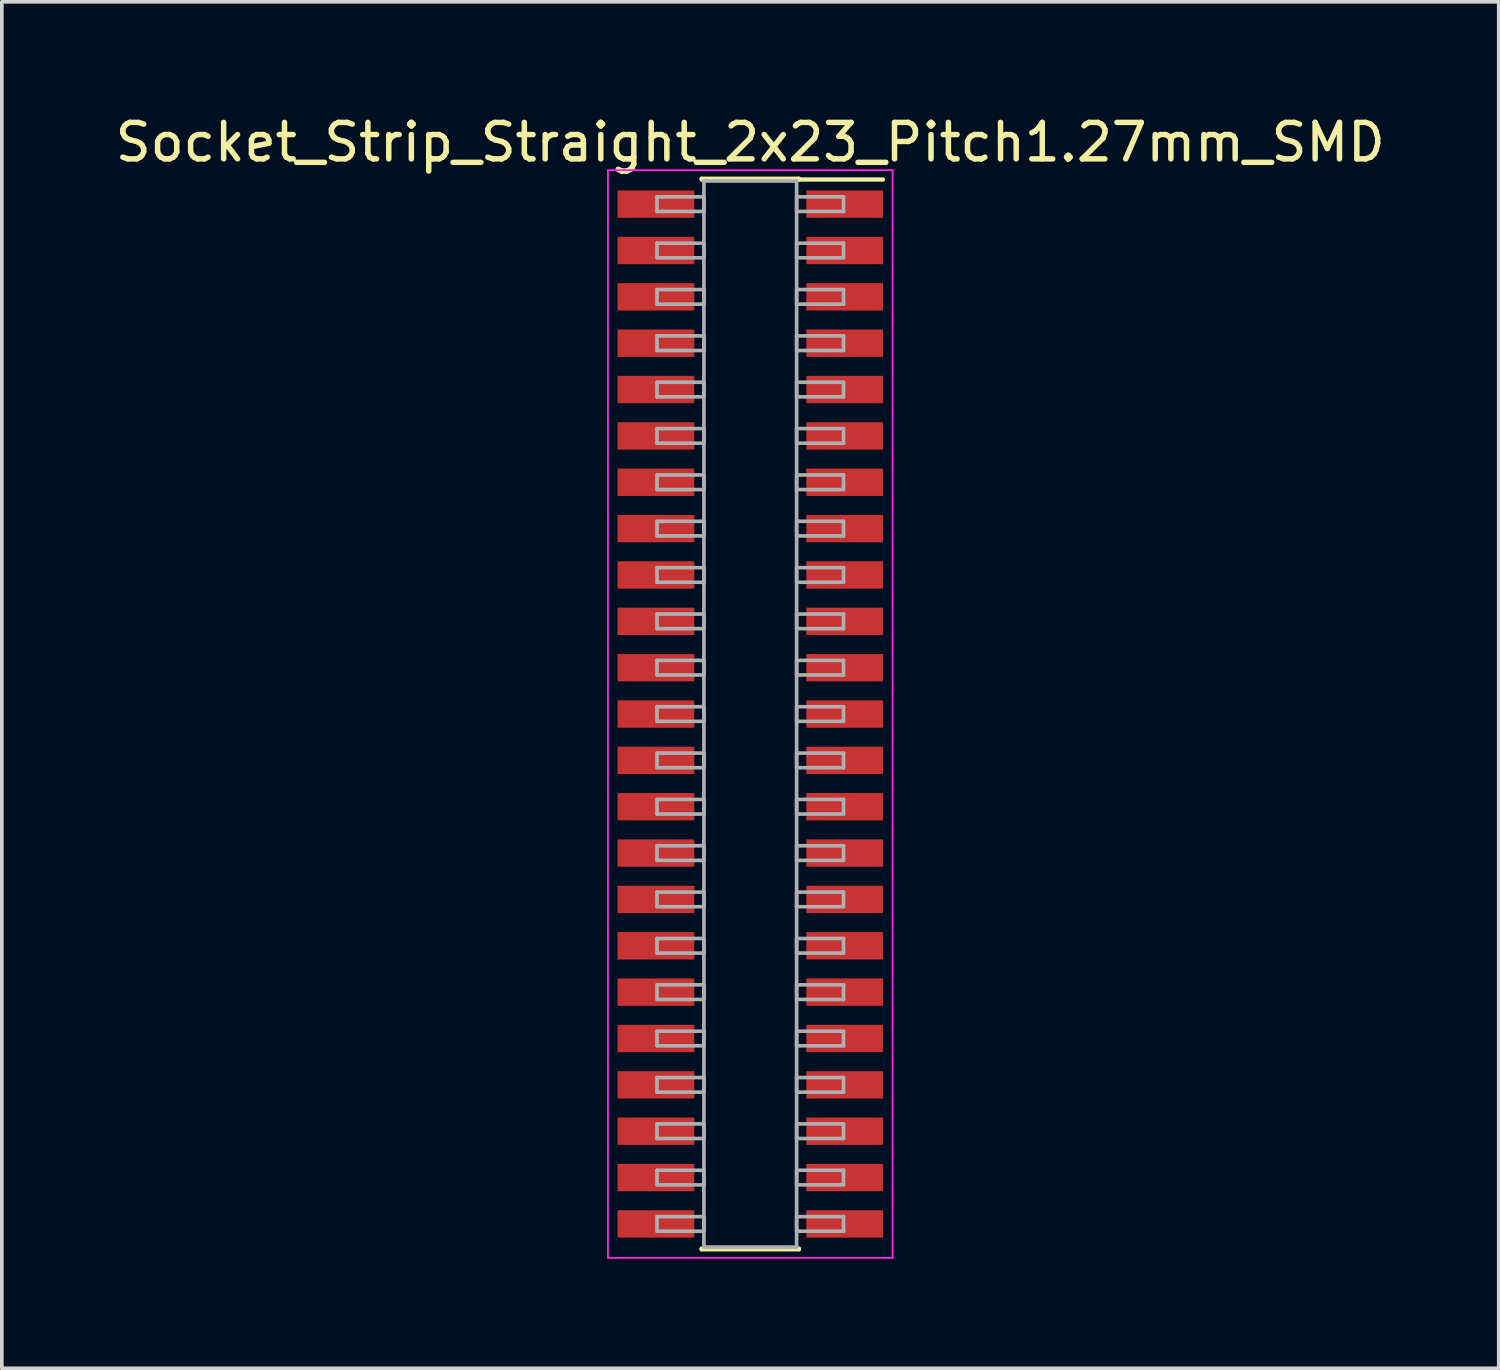
<source format=kicad_pcb>
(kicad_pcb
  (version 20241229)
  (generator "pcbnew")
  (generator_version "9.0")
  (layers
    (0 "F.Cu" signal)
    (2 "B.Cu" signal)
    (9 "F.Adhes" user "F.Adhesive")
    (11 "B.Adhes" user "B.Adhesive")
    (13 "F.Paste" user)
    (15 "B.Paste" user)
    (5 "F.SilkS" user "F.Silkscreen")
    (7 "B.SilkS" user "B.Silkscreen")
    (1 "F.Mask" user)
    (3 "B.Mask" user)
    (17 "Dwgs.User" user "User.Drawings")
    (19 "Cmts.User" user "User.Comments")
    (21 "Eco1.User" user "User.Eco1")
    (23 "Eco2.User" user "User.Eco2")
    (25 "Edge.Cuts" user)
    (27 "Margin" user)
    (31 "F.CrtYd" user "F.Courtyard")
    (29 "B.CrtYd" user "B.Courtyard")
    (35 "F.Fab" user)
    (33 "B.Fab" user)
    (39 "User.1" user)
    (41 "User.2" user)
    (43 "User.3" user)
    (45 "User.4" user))
  (footprint "Socket_Strip_Straight_2x23_Pitch1.27mm_SMD"
    (layer "F.Cu")
    (at 17.506 16.513)
    (property "Reference" "Socket_Strip_Straight_2x23_Pitch1.27mm_SMD" (at 0 -15.665 0) (layer "F.SilkS") (effects (font (size 1 1) (thickness 0.15))))
    (attr smd)
    (fp_line (start -1.33 -14.665) (end 1.33 -14.665) (stroke (width 0.12) (type solid)) (layer "F.SilkS"))
    (fp_line (start -1.33 -14.645) (end -1.33 -14.665) (stroke (width 0.12) (type solid)) (layer "F.SilkS"))
    (fp_line (start -1.33 14.645) (end -1.33 14.665) (stroke (width 0.12) (type solid)) (layer "F.SilkS"))
    (fp_line (start -1.33 14.665) (end 1.33 14.665) (stroke (width 0.12) (type solid)) (layer "F.SilkS"))
    (fp_line (start 1.33 -14.665) (end 1.33 -14.645) (stroke (width 0.12) (type solid)) (layer "F.SilkS"))
    (fp_line (start 1.33 14.665) (end 1.33 14.645) (stroke (width 0.12) (type solid)) (layer "F.SilkS"))
    (fp_line (start 3.635 -14.645) (end 1.33 -14.645) (stroke (width 0.12) (type solid)) (layer "F.SilkS"))
    (fp_line (start -3.9 -14.9) (end -3.9 14.9) (stroke (width 0.05) (type solid)) (layer "F.CrtYd"))
    (fp_line (start -3.9 14.9) (end 3.9 14.9) (stroke (width 0.05) (type solid)) (layer "F.CrtYd"))
    (fp_line (start 3.9 -14.9) (end -3.9 -14.9) (stroke (width 0.05) (type solid)) (layer "F.CrtYd"))
    (fp_line (start 3.9 14.9) (end 3.9 -14.9) (stroke (width 0.05) (type solid)) (layer "F.CrtYd"))
    (fp_line (start -2.555 -14.17) (end -1.27 -14.17) (stroke (width 0.1) (type solid)) (layer "F.Fab"))
    (fp_line (start -2.555 -13.77) (end -2.555 -14.17) (stroke (width 0.1) (type solid)) (layer "F.Fab"))
    (fp_line (start -2.555 -12.9) (end -1.27 -12.9) (stroke (width 0.1) (type solid)) (layer "F.Fab"))
    (fp_line (start -2.555 -12.5) (end -2.555 -12.9) (stroke (width 0.1) (type solid)) (layer "F.Fab"))
    (fp_line (start -2.555 -11.63) (end -1.27 -11.63) (stroke (width 0.1) (type solid)) (layer "F.Fab"))
    (fp_line (start -2.555 -11.23) (end -2.555 -11.63) (stroke (width 0.1) (type solid)) (layer "F.Fab"))
    (fp_line (start -2.555 -10.36) (end -1.27 -10.36) (stroke (width 0.1) (type solid)) (layer "F.Fab"))
    (fp_line (start -2.555 -9.96) (end -2.555 -10.36) (stroke (width 0.1) (type solid)) (layer "F.Fab"))
    (fp_line (start -2.555 -9.09) (end -1.27 -9.09) (stroke (width 0.1) (type solid)) (layer "F.Fab"))
    (fp_line (start -2.555 -8.69) (end -2.555 -9.09) (stroke (width 0.1) (type solid)) (layer "F.Fab"))
    (fp_line (start -2.555 -7.82) (end -1.27 -7.82) (stroke (width 0.1) (type solid)) (layer "F.Fab"))
    (fp_line (start -2.555 -7.42) (end -2.555 -7.82) (stroke (width 0.1) (type solid)) (layer "F.Fab"))
    (fp_line (start -2.555 -6.55) (end -1.27 -6.55) (stroke (width 0.1) (type solid)) (layer "F.Fab"))
    (fp_line (start -2.555 -6.15) (end -2.555 -6.55) (stroke (width 0.1) (type solid)) (layer "F.Fab"))
    (fp_line (start -2.555 -5.28) (end -1.27 -5.28) (stroke (width 0.1) (type solid)) (layer "F.Fab"))
    (fp_line (start -2.555 -4.88) (end -2.555 -5.28) (stroke (width 0.1) (type solid)) (layer "F.Fab"))
    (fp_line (start -2.555 -4.01) (end -1.27 -4.01) (stroke (width 0.1) (type solid)) (layer "F.Fab"))
    (fp_line (start -2.555 -3.61) (end -2.555 -4.01) (stroke (width 0.1) (type solid)) (layer "F.Fab"))
    (fp_line (start -2.555 -2.74) (end -1.27 -2.74) (stroke (width 0.1) (type solid)) (layer "F.Fab"))
    (fp_line (start -2.555 -2.34) (end -2.555 -2.74) (stroke (width 0.1) (type solid)) (layer "F.Fab"))
    (fp_line (start -2.555 -1.47) (end -1.27 -1.47) (stroke (width 0.1) (type solid)) (layer "F.Fab"))
    (fp_line (start -2.555 -1.07) (end -2.555 -1.47) (stroke (width 0.1) (type solid)) (layer "F.Fab"))
    (fp_line (start -2.555 -0.2) (end -1.27 -0.2) (stroke (width 0.1) (type solid)) (layer "F.Fab"))
    (fp_line (start -2.555 0.2) (end -2.555 -0.2) (stroke (width 0.1) (type solid)) (layer "F.Fab"))
    (fp_line (start -2.555 1.07) (end -1.27 1.07) (stroke (width 0.1) (type solid)) (layer "F.Fab"))
    (fp_line (start -2.555 1.47) (end -2.555 1.07) (stroke (width 0.1) (type solid)) (layer "F.Fab"))
    (fp_line (start -2.555 2.34) (end -1.27 2.34) (stroke (width 0.1) (type solid)) (layer "F.Fab"))
    (fp_line (start -2.555 2.74) (end -2.555 2.34) (stroke (width 0.1) (type solid)) (layer "F.Fab"))
    (fp_line (start -2.555 3.61) (end -1.27 3.61) (stroke (width 0.1) (type solid)) (layer "F.Fab"))
    (fp_line (start -2.555 4.01) (end -2.555 3.61) (stroke (width 0.1) (type solid)) (layer "F.Fab"))
    (fp_line (start -2.555 4.88) (end -1.27 4.88) (stroke (width 0.1) (type solid)) (layer "F.Fab"))
    (fp_line (start -2.555 5.28) (end -2.555 4.88) (stroke (width 0.1) (type solid)) (layer "F.Fab"))
    (fp_line (start -2.555 6.15) (end -1.27 6.15) (stroke (width 0.1) (type solid)) (layer "F.Fab"))
    (fp_line (start -2.555 6.55) (end -2.555 6.15) (stroke (width 0.1) (type solid)) (layer "F.Fab"))
    (fp_line (start -2.555 7.42) (end -1.27 7.42) (stroke (width 0.1) (type solid)) (layer "F.Fab"))
    (fp_line (start -2.555 7.82) (end -2.555 7.42) (stroke (width 0.1) (type solid)) (layer "F.Fab"))
    (fp_line (start -2.555 8.69) (end -1.27 8.69) (stroke (width 0.1) (type solid)) (layer "F.Fab"))
    (fp_line (start -2.555 9.09) (end -2.555 8.69) (stroke (width 0.1) (type solid)) (layer "F.Fab"))
    (fp_line (start -2.555 9.96) (end -1.27 9.96) (stroke (width 0.1) (type solid)) (layer "F.Fab"))
    (fp_line (start -2.555 10.36) (end -2.555 9.96) (stroke (width 0.1) (type solid)) (layer "F.Fab"))
    (fp_line (start -2.555 11.23) (end -1.27 11.23) (stroke (width 0.1) (type solid)) (layer "F.Fab"))
    (fp_line (start -2.555 11.63) (end -2.555 11.23) (stroke (width 0.1) (type solid)) (layer "F.Fab"))
    (fp_line (start -2.555 12.5) (end -1.27 12.5) (stroke (width 0.1) (type solid)) (layer "F.Fab"))
    (fp_line (start -2.555 12.9) (end -2.555 12.5) (stroke (width 0.1) (type solid)) (layer "F.Fab"))
    (fp_line (start -2.555 13.77) (end -1.27 13.77) (stroke (width 0.1) (type solid)) (layer "F.Fab"))
    (fp_line (start -2.555 14.17) (end -2.555 13.77) (stroke (width 0.1) (type solid)) (layer "F.Fab"))
    (fp_line (start -1.27 -14.605) (end -1.27 14.605) (stroke (width 0.1) (type solid)) (layer "F.Fab"))
    (fp_line (start -1.27 -14.17) (end -1.27 -13.77) (stroke (width 0.1) (type solid)) (layer "F.Fab"))
    (fp_line (start -1.27 -13.77) (end -2.555 -13.77) (stroke (width 0.1) (type solid)) (layer "F.Fab"))
    (fp_line (start -1.27 -12.9) (end -1.27 -12.5) (stroke (width 0.1) (type solid)) (layer "F.Fab"))
    (fp_line (start -1.27 -12.5) (end -2.555 -12.5) (stroke (width 0.1) (type solid)) (layer "F.Fab"))
    (fp_line (start -1.27 -11.63) (end -1.27 -11.23) (stroke (width 0.1) (type solid)) (layer "F.Fab"))
    (fp_line (start -1.27 -11.23) (end -2.555 -11.23) (stroke (width 0.1) (type solid)) (layer "F.Fab"))
    (fp_line (start -1.27 -10.36) (end -1.27 -9.96) (stroke (width 0.1) (type solid)) (layer "F.Fab"))
    (fp_line (start -1.27 -9.96) (end -2.555 -9.96) (stroke (width 0.1) (type solid)) (layer "F.Fab"))
    (fp_line (start -1.27 -9.09) (end -1.27 -8.69) (stroke (width 0.1) (type solid)) (layer "F.Fab"))
    (fp_line (start -1.27 -8.69) (end -2.555 -8.69) (stroke (width 0.1) (type solid)) (layer "F.Fab"))
    (fp_line (start -1.27 -7.82) (end -1.27 -7.42) (stroke (width 0.1) (type solid)) (layer "F.Fab"))
    (fp_line (start -1.27 -7.42) (end -2.555 -7.42) (stroke (width 0.1) (type solid)) (layer "F.Fab"))
    (fp_line (start -1.27 -6.55) (end -1.27 -6.15) (stroke (width 0.1) (type solid)) (layer "F.Fab"))
    (fp_line (start -1.27 -6.15) (end -2.555 -6.15) (stroke (width 0.1) (type solid)) (layer "F.Fab"))
    (fp_line (start -1.27 -5.28) (end -1.27 -4.88) (stroke (width 0.1) (type solid)) (layer "F.Fab"))
    (fp_line (start -1.27 -4.88) (end -2.555 -4.88) (stroke (width 0.1) (type solid)) (layer "F.Fab"))
    (fp_line (start -1.27 -4.01) (end -1.27 -3.61) (stroke (width 0.1) (type solid)) (layer "F.Fab"))
    (fp_line (start -1.27 -3.61) (end -2.555 -3.61) (stroke (width 0.1) (type solid)) (layer "F.Fab"))
    (fp_line (start -1.27 -2.74) (end -1.27 -2.34) (stroke (width 0.1) (type solid)) (layer "F.Fab"))
    (fp_line (start -1.27 -2.34) (end -2.555 -2.34) (stroke (width 0.1) (type solid)) (layer "F.Fab"))
    (fp_line (start -1.27 -1.47) (end -1.27 -1.07) (stroke (width 0.1) (type solid)) (layer "F.Fab"))
    (fp_line (start -1.27 -1.07) (end -2.555 -1.07) (stroke (width 0.1) (type solid)) (layer "F.Fab"))
    (fp_line (start -1.27 -0.2) (end -1.27 0.2) (stroke (width 0.1) (type solid)) (layer "F.Fab"))
    (fp_line (start -1.27 0.2) (end -2.555 0.2) (stroke (width 0.1) (type solid)) (layer "F.Fab"))
    (fp_line (start -1.27 1.07) (end -1.27 1.47) (stroke (width 0.1) (type solid)) (layer "F.Fab"))
    (fp_line (start -1.27 1.47) (end -2.555 1.47) (stroke (width 0.1) (type solid)) (layer "F.Fab"))
    (fp_line (start -1.27 2.34) (end -1.27 2.74) (stroke (width 0.1) (type solid)) (layer "F.Fab"))
    (fp_line (start -1.27 2.74) (end -2.555 2.74) (stroke (width 0.1) (type solid)) (layer "F.Fab"))
    (fp_line (start -1.27 3.61) (end -1.27 4.01) (stroke (width 0.1) (type solid)) (layer "F.Fab"))
    (fp_line (start -1.27 4.01) (end -2.555 4.01) (stroke (width 0.1) (type solid)) (layer "F.Fab"))
    (fp_line (start -1.27 4.88) (end -1.27 5.28) (stroke (width 0.1) (type solid)) (layer "F.Fab"))
    (fp_line (start -1.27 5.28) (end -2.555 5.28) (stroke (width 0.1) (type solid)) (layer "F.Fab"))
    (fp_line (start -1.27 6.15) (end -1.27 6.55) (stroke (width 0.1) (type solid)) (layer "F.Fab"))
    (fp_line (start -1.27 6.55) (end -2.555 6.55) (stroke (width 0.1) (type solid)) (layer "F.Fab"))
    (fp_line (start -1.27 7.42) (end -1.27 7.82) (stroke (width 0.1) (type solid)) (layer "F.Fab"))
    (fp_line (start -1.27 7.82) (end -2.555 7.82) (stroke (width 0.1) (type solid)) (layer "F.Fab"))
    (fp_line (start -1.27 8.69) (end -1.27 9.09) (stroke (width 0.1) (type solid)) (layer "F.Fab"))
    (fp_line (start -1.27 9.09) (end -2.555 9.09) (stroke (width 0.1) (type solid)) (layer "F.Fab"))
    (fp_line (start -1.27 9.96) (end -1.27 10.36) (stroke (width 0.1) (type solid)) (layer "F.Fab"))
    (fp_line (start -1.27 10.36) (end -2.555 10.36) (stroke (width 0.1) (type solid)) (layer "F.Fab"))
    (fp_line (start -1.27 11.23) (end -1.27 11.63) (stroke (width 0.1) (type solid)) (layer "F.Fab"))
    (fp_line (start -1.27 11.63) (end -2.555 11.63) (stroke (width 0.1) (type solid)) (layer "F.Fab"))
    (fp_line (start -1.27 12.5) (end -1.27 12.9) (stroke (width 0.1) (type solid)) (layer "F.Fab"))
    (fp_line (start -1.27 12.9) (end -2.555 12.9) (stroke (width 0.1) (type solid)) (layer "F.Fab"))
    (fp_line (start -1.27 13.77) (end -1.27 14.17) (stroke (width 0.1) (type solid)) (layer "F.Fab"))
    (fp_line (start -1.27 14.17) (end -2.555 14.17) (stroke (width 0.1) (type solid)) (layer "F.Fab"))
    (fp_line (start -1.27 14.605) (end 1.27 14.605) (stroke (width 0.1) (type solid)) (layer "F.Fab"))
    (fp_line (start 1.27 -14.605) (end -1.27 -14.605) (stroke (width 0.1) (type solid)) (layer "F.Fab"))
    (fp_line (start 1.27 -14.17) (end 1.27 -13.77) (stroke (width 0.1) (type solid)) (layer "F.Fab"))
    (fp_line (start 1.27 -13.77) (end 2.555 -13.77) (stroke (width 0.1) (type solid)) (layer "F.Fab"))
    (fp_line (start 1.27 -12.9) (end 1.27 -12.5) (stroke (width 0.1) (type solid)) (layer "F.Fab"))
    (fp_line (start 1.27 -12.5) (end 2.555 -12.5) (stroke (width 0.1) (type solid)) (layer "F.Fab"))
    (fp_line (start 1.27 -11.63) (end 1.27 -11.23) (stroke (width 0.1) (type solid)) (layer "F.Fab"))
    (fp_line (start 1.27 -11.23) (end 2.555 -11.23) (stroke (width 0.1) (type solid)) (layer "F.Fab"))
    (fp_line (start 1.27 -10.36) (end 1.27 -9.96) (stroke (width 0.1) (type solid)) (layer "F.Fab"))
    (fp_line (start 1.27 -9.96) (end 2.555 -9.96) (stroke (width 0.1) (type solid)) (layer "F.Fab"))
    (fp_line (start 1.27 -9.09) (end 1.27 -8.69) (stroke (width 0.1) (type solid)) (layer "F.Fab"))
    (fp_line (start 1.27 -8.69) (end 2.555 -8.69) (stroke (width 0.1) (type solid)) (layer "F.Fab"))
    (fp_line (start 1.27 -7.82) (end 1.27 -7.42) (stroke (width 0.1) (type solid)) (layer "F.Fab"))
    (fp_line (start 1.27 -7.42) (end 2.555 -7.42) (stroke (width 0.1) (type solid)) (layer "F.Fab"))
    (fp_line (start 1.27 -6.55) (end 1.27 -6.15) (stroke (width 0.1) (type solid)) (layer "F.Fab"))
    (fp_line (start 1.27 -6.15) (end 2.555 -6.15) (stroke (width 0.1) (type solid)) (layer "F.Fab"))
    (fp_line (start 1.27 -5.28) (end 1.27 -4.88) (stroke (width 0.1) (type solid)) (layer "F.Fab"))
    (fp_line (start 1.27 -4.88) (end 2.555 -4.88) (stroke (width 0.1) (type solid)) (layer "F.Fab"))
    (fp_line (start 1.27 -4.01) (end 1.27 -3.61) (stroke (width 0.1) (type solid)) (layer "F.Fab"))
    (fp_line (start 1.27 -3.61) (end 2.555 -3.61) (stroke (width 0.1) (type solid)) (layer "F.Fab"))
    (fp_line (start 1.27 -2.74) (end 1.27 -2.34) (stroke (width 0.1) (type solid)) (layer "F.Fab"))
    (fp_line (start 1.27 -2.34) (end 2.555 -2.34) (stroke (width 0.1) (type solid)) (layer "F.Fab"))
    (fp_line (start 1.27 -1.47) (end 1.27 -1.07) (stroke (width 0.1) (type solid)) (layer "F.Fab"))
    (fp_line (start 1.27 -1.07) (end 2.555 -1.07) (stroke (width 0.1) (type solid)) (layer "F.Fab"))
    (fp_line (start 1.27 -0.2) (end 1.27 0.2) (stroke (width 0.1) (type solid)) (layer "F.Fab"))
    (fp_line (start 1.27 0.2) (end 2.555 0.2) (stroke (width 0.1) (type solid)) (layer "F.Fab"))
    (fp_line (start 1.27 1.07) (end 1.27 1.47) (stroke (width 0.1) (type solid)) (layer "F.Fab"))
    (fp_line (start 1.27 1.47) (end 2.555 1.47) (stroke (width 0.1) (type solid)) (layer "F.Fab"))
    (fp_line (start 1.27 2.34) (end 1.27 2.74) (stroke (width 0.1) (type solid)) (layer "F.Fab"))
    (fp_line (start 1.27 2.74) (end 2.555 2.74) (stroke (width 0.1) (type solid)) (layer "F.Fab"))
    (fp_line (start 1.27 3.61) (end 1.27 4.01) (stroke (width 0.1) (type solid)) (layer "F.Fab"))
    (fp_line (start 1.27 4.01) (end 2.555 4.01) (stroke (width 0.1) (type solid)) (layer "F.Fab"))
    (fp_line (start 1.27 4.88) (end 1.27 5.28) (stroke (width 0.1) (type solid)) (layer "F.Fab"))
    (fp_line (start 1.27 5.28) (end 2.555 5.28) (stroke (width 0.1) (type solid)) (layer "F.Fab"))
    (fp_line (start 1.27 6.15) (end 1.27 6.55) (stroke (width 0.1) (type solid)) (layer "F.Fab"))
    (fp_line (start 1.27 6.55) (end 2.555 6.55) (stroke (width 0.1) (type solid)) (layer "F.Fab"))
    (fp_line (start 1.27 7.42) (end 1.27 7.82) (stroke (width 0.1) (type solid)) (layer "F.Fab"))
    (fp_line (start 1.27 7.82) (end 2.555 7.82) (stroke (width 0.1) (type solid)) (layer "F.Fab"))
    (fp_line (start 1.27 8.69) (end 1.27 9.09) (stroke (width 0.1) (type solid)) (layer "F.Fab"))
    (fp_line (start 1.27 9.09) (end 2.555 9.09) (stroke (width 0.1) (type solid)) (layer "F.Fab"))
    (fp_line (start 1.27 9.96) (end 1.27 10.36) (stroke (width 0.1) (type solid)) (layer "F.Fab"))
    (fp_line (start 1.27 10.36) (end 2.555 10.36) (stroke (width 0.1) (type solid)) (layer "F.Fab"))
    (fp_line (start 1.27 11.23) (end 1.27 11.63) (stroke (width 0.1) (type solid)) (layer "F.Fab"))
    (fp_line (start 1.27 11.63) (end 2.555 11.63) (stroke (width 0.1) (type solid)) (layer "F.Fab"))
    (fp_line (start 1.27 12.5) (end 1.27 12.9) (stroke (width 0.1) (type solid)) (layer "F.Fab"))
    (fp_line (start 1.27 12.9) (end 2.555 12.9) (stroke (width 0.1) (type solid)) (layer "F.Fab"))
    (fp_line (start 1.27 13.77) (end 1.27 14.17) (stroke (width 0.1) (type solid)) (layer "F.Fab"))
    (fp_line (start 1.27 14.17) (end 2.555 14.17) (stroke (width 0.1) (type solid)) (layer "F.Fab"))
    (fp_line (start 1.27 14.605) (end 1.27 -14.605) (stroke (width 0.1) (type solid)) (layer "F.Fab"))
    (fp_line (start 2.555 -14.17) (end 1.27 -14.17) (stroke (width 0.1) (type solid)) (layer "F.Fab"))
    (fp_line (start 2.555 -13.77) (end 2.555 -14.17) (stroke (width 0.1) (type solid)) (layer "F.Fab"))
    (fp_line (start 2.555 -12.9) (end 1.27 -12.9) (stroke (width 0.1) (type solid)) (layer "F.Fab"))
    (fp_line (start 2.555 -12.5) (end 2.555 -12.9) (stroke (width 0.1) (type solid)) (layer "F.Fab"))
    (fp_line (start 2.555 -11.63) (end 1.27 -11.63) (stroke (width 0.1) (type solid)) (layer "F.Fab"))
    (fp_line (start 2.555 -11.23) (end 2.555 -11.63) (stroke (width 0.1) (type solid)) (layer "F.Fab"))
    (fp_line (start 2.555 -10.36) (end 1.27 -10.36) (stroke (width 0.1) (type solid)) (layer "F.Fab"))
    (fp_line (start 2.555 -9.96) (end 2.555 -10.36) (stroke (width 0.1) (type solid)) (layer "F.Fab"))
    (fp_line (start 2.555 -9.09) (end 1.27 -9.09) (stroke (width 0.1) (type solid)) (layer "F.Fab"))
    (fp_line (start 2.555 -8.69) (end 2.555 -9.09) (stroke (width 0.1) (type solid)) (layer "F.Fab"))
    (fp_line (start 2.555 -7.82) (end 1.27 -7.82) (stroke (width 0.1) (type solid)) (layer "F.Fab"))
    (fp_line (start 2.555 -7.42) (end 2.555 -7.82) (stroke (width 0.1) (type solid)) (layer "F.Fab"))
    (fp_line (start 2.555 -6.55) (end 1.27 -6.55) (stroke (width 0.1) (type solid)) (layer "F.Fab"))
    (fp_line (start 2.555 -6.15) (end 2.555 -6.55) (stroke (width 0.1) (type solid)) (layer "F.Fab"))
    (fp_line (start 2.555 -5.28) (end 1.27 -5.28) (stroke (width 0.1) (type solid)) (layer "F.Fab"))
    (fp_line (start 2.555 -4.88) (end 2.555 -5.28) (stroke (width 0.1) (type solid)) (layer "F.Fab"))
    (fp_line (start 2.555 -4.01) (end 1.27 -4.01) (stroke (width 0.1) (type solid)) (layer "F.Fab"))
    (fp_line (start 2.555 -3.61) (end 2.555 -4.01) (stroke (width 0.1) (type solid)) (layer "F.Fab"))
    (fp_line (start 2.555 -2.74) (end 1.27 -2.74) (stroke (width 0.1) (type solid)) (layer "F.Fab"))
    (fp_line (start 2.555 -2.34) (end 2.555 -2.74) (stroke (width 0.1) (type solid)) (layer "F.Fab"))
    (fp_line (start 2.555 -1.47) (end 1.27 -1.47) (stroke (width 0.1) (type solid)) (layer "F.Fab"))
    (fp_line (start 2.555 -1.07) (end 2.555 -1.47) (stroke (width 0.1) (type solid)) (layer "F.Fab"))
    (fp_line (start 2.555 -0.2) (end 1.27 -0.2) (stroke (width 0.1) (type solid)) (layer "F.Fab"))
    (fp_line (start 2.555 0.2) (end 2.555 -0.2) (stroke (width 0.1) (type solid)) (layer "F.Fab"))
    (fp_line (start 2.555 1.07) (end 1.27 1.07) (stroke (width 0.1) (type solid)) (layer "F.Fab"))
    (fp_line (start 2.555 1.47) (end 2.555 1.07) (stroke (width 0.1) (type solid)) (layer "F.Fab"))
    (fp_line (start 2.555 2.34) (end 1.27 2.34) (stroke (width 0.1) (type solid)) (layer "F.Fab"))
    (fp_line (start 2.555 2.74) (end 2.555 2.34) (stroke (width 0.1) (type solid)) (layer "F.Fab"))
    (fp_line (start 2.555 3.61) (end 1.27 3.61) (stroke (width 0.1) (type solid)) (layer "F.Fab"))
    (fp_line (start 2.555 4.01) (end 2.555 3.61) (stroke (width 0.1) (type solid)) (layer "F.Fab"))
    (fp_line (start 2.555 4.88) (end 1.27 4.88) (stroke (width 0.1) (type solid)) (layer "F.Fab"))
    (fp_line (start 2.555 5.28) (end 2.555 4.88) (stroke (width 0.1) (type solid)) (layer "F.Fab"))
    (fp_line (start 2.555 6.15) (end 1.27 6.15) (stroke (width 0.1) (type solid)) (layer "F.Fab"))
    (fp_line (start 2.555 6.55) (end 2.555 6.15) (stroke (width 0.1) (type solid)) (layer "F.Fab"))
    (fp_line (start 2.555 7.42) (end 1.27 7.42) (stroke (width 0.1) (type solid)) (layer "F.Fab"))
    (fp_line (start 2.555 7.82) (end 2.555 7.42) (stroke (width 0.1) (type solid)) (layer "F.Fab"))
    (fp_line (start 2.555 8.69) (end 1.27 8.69) (stroke (width 0.1) (type solid)) (layer "F.Fab"))
    (fp_line (start 2.555 9.09) (end 2.555 8.69) (stroke (width 0.1) (type solid)) (layer "F.Fab"))
    (fp_line (start 2.555 9.96) (end 1.27 9.96) (stroke (width 0.1) (type solid)) (layer "F.Fab"))
    (fp_line (start 2.555 10.36) (end 2.555 9.96) (stroke (width 0.1) (type solid)) (layer "F.Fab"))
    (fp_line (start 2.555 11.23) (end 1.27 11.23) (stroke (width 0.1) (type solid)) (layer "F.Fab"))
    (fp_line (start 2.555 11.63) (end 2.555 11.23) (stroke (width 0.1) (type solid)) (layer "F.Fab"))
    (fp_line (start 2.555 12.5) (end 1.27 12.5) (stroke (width 0.1) (type solid)) (layer "F.Fab"))
    (fp_line (start 2.555 12.9) (end 2.555 12.5) (stroke (width 0.1) (type solid)) (layer "F.Fab"))
    (fp_line (start 2.555 13.77) (end 1.27 13.77) (stroke (width 0.1) (type solid)) (layer "F.Fab"))
    (fp_line (start 2.555 14.17) (end 2.555 13.77) (stroke (width 0.1) (type solid)) (layer "F.Fab"))
    (pad "1" smd rect (at 2.585 -13.97) (size 2.1 0.75) (layers "F.Cu" "F.Mask"))
    (pad "2" smd rect (at -2.585 -13.97) (size 2.1 0.75) (layers "F.Cu" "F.Mask"))
    (pad "3" smd rect (at 2.585 -12.7) (size 2.1 0.75) (layers "F.Cu" "F.Mask"))
    (pad "4" smd rect (at -2.585 -12.7) (size 2.1 0.75) (layers "F.Cu" "F.Mask"))
    (pad "5" smd rect (at 2.585 -11.43) (size 2.1 0.75) (layers "F.Cu" "F.Mask"))
    (pad "6" smd rect (at -2.585 -11.43) (size 2.1 0.75) (layers "F.Cu" "F.Mask"))
    (pad "7" smd rect (at 2.585 -10.16) (size 2.1 0.75) (layers "F.Cu" "F.Mask"))
    (pad "8" smd rect (at -2.585 -10.16) (size 2.1 0.75) (layers "F.Cu" "F.Mask"))
    (pad "9" smd rect (at 2.585 -8.89) (size 2.1 0.75) (layers "F.Cu" "F.Mask"))
    (pad "10" smd rect (at -2.585 -8.89) (size 2.1 0.75) (layers "F.Cu" "F.Mask"))
    (pad "11" smd rect (at 2.585 -7.62) (size 2.1 0.75) (layers "F.Cu" "F.Mask"))
    (pad "12" smd rect (at -2.585 -7.62) (size 2.1 0.75) (layers "F.Cu" "F.Mask"))
    (pad "13" smd rect (at 2.585 -6.35) (size 2.1 0.75) (layers "F.Cu" "F.Mask"))
    (pad "14" smd rect (at -2.585 -6.35) (size 2.1 0.75) (layers "F.Cu" "F.Mask"))
    (pad "15" smd rect (at 2.585 -5.08) (size 2.1 0.75) (layers "F.Cu" "F.Mask"))
    (pad "16" smd rect (at -2.585 -5.08) (size 2.1 0.75) (layers "F.Cu" "F.Mask"))
    (pad "17" smd rect (at 2.585 -3.81) (size 2.1 0.75) (layers "F.Cu" "F.Mask"))
    (pad "18" smd rect (at -2.585 -3.81) (size 2.1 0.75) (layers "F.Cu" "F.Mask"))
    (pad "19" smd rect (at 2.585 -2.54) (size 2.1 0.75) (layers "F.Cu" "F.Mask"))
    (pad "20" smd rect (at -2.585 -2.54) (size 2.1 0.75) (layers "F.Cu" "F.Mask"))
    (pad "21" smd rect (at 2.585 -1.27) (size 2.1 0.75) (layers "F.Cu" "F.Mask"))
    (pad "22" smd rect (at -2.585 -1.27) (size 2.1 0.75) (layers "F.Cu" "F.Mask"))
    (pad "23" smd rect (at 2.585 0) (size 2.1 0.75) (layers "F.Cu" "F.Mask"))
    (pad "24" smd rect (at -2.585 0) (size 2.1 0.75) (layers "F.Cu" "F.Mask"))
    (pad "25" smd rect (at 2.585 1.27) (size 2.1 0.75) (layers "F.Cu" "F.Mask"))
    (pad "26" smd rect (at -2.585 1.27) (size 2.1 0.75) (layers "F.Cu" "F.Mask"))
    (pad "27" smd rect (at 2.585 2.54) (size 2.1 0.75) (layers "F.Cu" "F.Mask"))
    (pad "28" smd rect (at -2.585 2.54) (size 2.1 0.75) (layers "F.Cu" "F.Mask"))
    (pad "29" smd rect (at 2.585 3.81) (size 2.1 0.75) (layers "F.Cu" "F.Mask"))
    (pad "30" smd rect (at -2.585 3.81) (size 2.1 0.75) (layers "F.Cu" "F.Mask"))
    (pad "31" smd rect (at 2.585 5.08) (size 2.1 0.75) (layers "F.Cu" "F.Mask"))
    (pad "32" smd rect (at -2.585 5.08) (size 2.1 0.75) (layers "F.Cu" "F.Mask"))
    (pad "33" smd rect (at 2.585 6.35) (size 2.1 0.75) (layers "F.Cu" "F.Mask"))
    (pad "34" smd rect (at -2.585 6.35) (size 2.1 0.75) (layers "F.Cu" "F.Mask"))
    (pad "35" smd rect (at 2.585 7.62) (size 2.1 0.75) (layers "F.Cu" "F.Mask"))
    (pad "36" smd rect (at -2.585 7.62) (size 2.1 0.75) (layers "F.Cu" "F.Mask"))
    (pad "37" smd rect (at 2.585 8.89) (size 2.1 0.75) (layers "F.Cu" "F.Mask"))
    (pad "38" smd rect (at -2.585 8.89) (size 2.1 0.75) (layers "F.Cu" "F.Mask"))
    (pad "39" smd rect (at 2.585 10.16) (size 2.1 0.75) (layers "F.Cu" "F.Mask"))
    (pad "40" smd rect (at -2.585 10.16) (size 2.1 0.75) (layers "F.Cu" "F.Mask"))
    (pad "41" smd rect (at 2.585 11.43) (size 2.1 0.75) (layers "F.Cu" "F.Mask"))
    (pad "42" smd rect (at -2.585 11.43) (size 2.1 0.75) (layers "F.Cu" "F.Mask"))
    (pad "43" smd rect (at 2.585 12.7) (size 2.1 0.75) (layers "F.Cu" "F.Mask"))
    (pad "44" smd rect (at -2.585 12.7) (size 2.1 0.75) (layers "F.Cu" "F.Mask"))
    (pad "45" smd rect (at 2.585 13.97) (size 2.1 0.75) (layers "F.Cu" "F.Mask"))
    (pad "46" smd rect (at -2.585 13.97) (size 2.1 0.75) (layers "F.Cu" "F.Mask")))
  (gr_rect
    (start -3 -3)
    (end 38.012 34.438)
    (stroke (width 0.1) (type default))
    (fill no)
    (layer "Edge.Cuts")))
</source>
